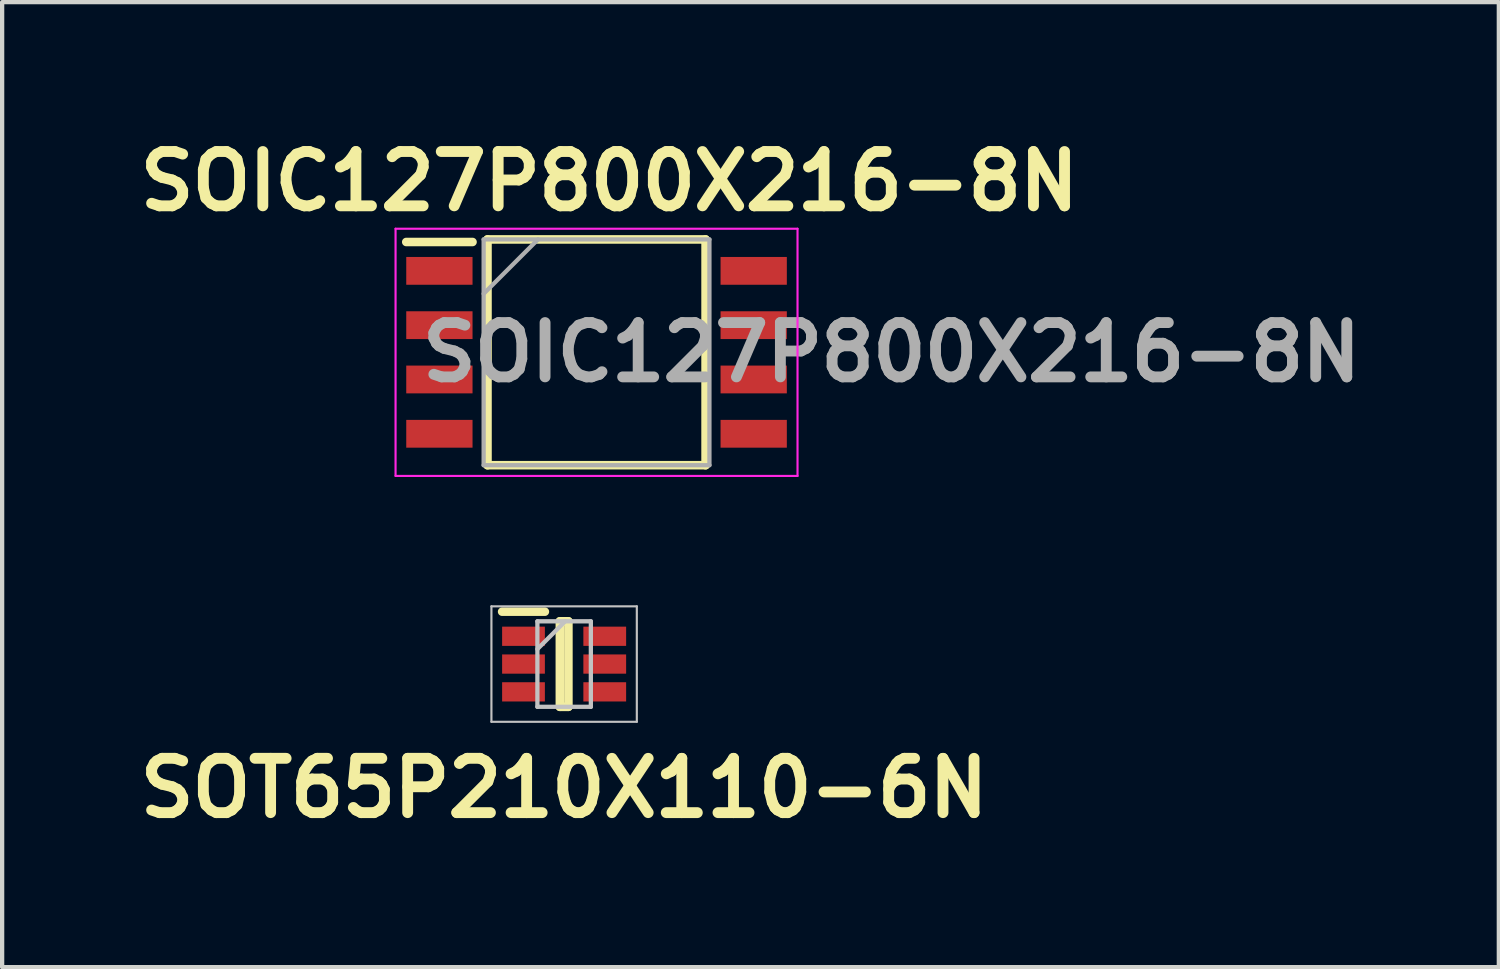
<source format=kicad_pcb>
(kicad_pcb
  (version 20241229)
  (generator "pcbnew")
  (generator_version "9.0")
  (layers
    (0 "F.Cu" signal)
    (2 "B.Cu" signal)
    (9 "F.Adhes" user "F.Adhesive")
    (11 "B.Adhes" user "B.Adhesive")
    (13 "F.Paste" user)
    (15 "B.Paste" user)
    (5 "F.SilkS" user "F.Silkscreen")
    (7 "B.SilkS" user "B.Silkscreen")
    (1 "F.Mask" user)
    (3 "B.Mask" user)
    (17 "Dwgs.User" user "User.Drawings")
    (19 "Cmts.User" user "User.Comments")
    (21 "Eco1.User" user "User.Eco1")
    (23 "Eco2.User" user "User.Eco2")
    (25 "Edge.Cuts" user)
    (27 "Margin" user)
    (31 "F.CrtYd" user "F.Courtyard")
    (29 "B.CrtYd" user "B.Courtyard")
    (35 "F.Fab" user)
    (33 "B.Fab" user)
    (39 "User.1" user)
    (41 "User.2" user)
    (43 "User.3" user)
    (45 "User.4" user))
  (footprint "SOIC127P800X216-8N"
    (layer "F.Cu")
    (at 10.9 5.189)
    (property "Reference" "SOIC127P800X216-8N" (at 0.3 -4 0) (layer "F.SilkS") (effects (font (size 1.27 1.27) (thickness 0.254))))
    (attr smd)
    (fp_line (start -4.45 -2.58) (end -2.9 -2.58) (stroke (width 0.2) (type solid)) (layer "F.SilkS"))
    (fp_line (start -2.55 -2.64) (end 2.55 -2.64) (stroke (width 0.2) (type solid)) (layer "F.SilkS"))
    (fp_line (start -2.55 2.64) (end -2.55 -2.64) (stroke (width 0.2) (type solid)) (layer "F.SilkS"))
    (fp_line (start 2.55 -2.64) (end 2.55 2.64) (stroke (width 0.2) (type solid)) (layer "F.SilkS"))
    (fp_line (start 2.55 2.64) (end -2.55 2.64) (stroke (width 0.2) (type solid)) (layer "F.SilkS"))
    (fp_line (start -4.7 -2.89) (end 4.7 -2.89) (stroke (width 0.05) (type solid)) (layer "F.CrtYd"))
    (fp_line (start -4.7 2.89) (end -4.7 -2.89) (stroke (width 0.05) (type solid)) (layer "F.CrtYd"))
    (fp_line (start 4.7 -2.89) (end 4.7 2.89) (stroke (width 0.05) (type solid)) (layer "F.CrtYd"))
    (fp_line (start 4.7 2.89) (end -4.7 2.89) (stroke (width 0.05) (type solid)) (layer "F.CrtYd"))
    (fp_line (start -2.64 -2.64) (end 2.64 -2.64) (stroke (width 0.1) (type solid)) (layer "F.Fab"))
    (fp_line (start -2.64 -1.37) (end -1.37 -2.64) (stroke (width 0.1) (type solid)) (layer "F.Fab"))
    (fp_line (start -2.64 2.64) (end -2.64 -2.64) (stroke (width 0.1) (type solid)) (layer "F.Fab"))
    (fp_line (start 2.64 -2.64) (end 2.64 2.64) (stroke (width 0.1) (type solid)) (layer "F.Fab"))
    (fp_line (start 2.64 2.64) (end -2.64 2.64) (stroke (width 0.1) (type solid)) (layer "F.Fab"))
    (fp_text user "${REFERENCE}" (at 6.9 0 0) (layer "F.Fab") (effects (font (size 1.27 1.27) (thickness 0.254))))
    (pad "1" smd rect (at -3.675 -1.905 90) (size 0.65 1.55) (layers "F.Cu" "F.Mask" "F.Paste"))
    (pad "2" smd rect (at -3.675 -0.635 90) (size 0.65 1.55) (layers "F.Cu" "F.Mask" "F.Paste"))
    (pad "3" smd rect (at -3.675 0.635 90) (size 0.65 1.55) (layers "F.Cu" "F.Mask" "F.Paste"))
    (pad "4" smd rect (at -3.675 1.905 90) (size 0.65 1.55) (layers "F.Cu" "F.Mask" "F.Paste"))
    (pad "5" smd rect (at 3.675 1.905 90) (size 0.65 1.55) (layers "F.Cu" "F.Mask" "F.Paste"))
    (pad "6" smd rect (at 3.675 0.635 90) (size 0.65 1.55) (layers "F.Cu" "F.Mask" "F.Paste"))
    (pad "7" smd rect (at 3.675 -0.635 90) (size 0.65 1.55) (layers "F.Cu" "F.Mask" "F.Paste"))
    (pad "8" smd rect (at 3.675 -1.905 90) (size 0.65 1.55) (layers "F.Cu" "F.Mask" "F.Paste")))
  (footprint "SOT65P210X110-6N"
    (layer "F.Cu")
    (at 10.142 12.479)
    (property "Reference" "SOT65P210X110-6N" (at 0 2.9 0) (layer "F.SilkS") (effects (font (size 1.27 1.27) (thickness 0.254))))
    (attr smd)
    (fp_line (start -1.45 -1.225) (end -0.45 -1.225) (stroke (width 0.2) (type solid)) (layer "F.SilkS"))
    (fp_line (start -0.1 -1) (end 0.1 -1) (stroke (width 0.2) (type solid)) (layer "F.SilkS"))
    (fp_line (start -0.1 1) (end -0.1 -1) (stroke (width 0.2) (type solid)) (layer "F.SilkS"))
    (fp_line (start 0.1 -1) (end 0.1 1) (stroke (width 0.2) (type solid)) (layer "F.SilkS"))
    (fp_line (start 0.1 1) (end -0.1 1) (stroke (width 0.2) (type solid)) (layer "F.SilkS"))
    (fp_line (start -1.7 -1.35) (end 1.7 -1.35) (stroke (width 0.05) (type solid)) (layer "Dwgs.User"))
    (fp_line (start -1.7 1.35) (end -1.7 -1.35) (stroke (width 0.05) (type solid)) (layer "Dwgs.User"))
    (fp_line (start -0.625 -1) (end 0.625 -1) (stroke (width 0.1) (type solid)) (layer "Dwgs.User"))
    (fp_line (start -0.625 -0.35) (end 0.025 -1) (stroke (width 0.1) (type solid)) (layer "Dwgs.User"))
    (fp_line (start -0.625 1) (end -0.625 -1) (stroke (width 0.1) (type solid)) (layer "Dwgs.User"))
    (fp_line (start 0.625 -1) (end 0.625 1) (stroke (width 0.1) (type solid)) (layer "Dwgs.User"))
    (fp_line (start 0.625 1) (end -0.625 1) (stroke (width 0.1) (type solid)) (layer "Dwgs.User"))
    (fp_line (start 1.7 -1.35) (end 1.7 1.35) (stroke (width 0.05) (type solid)) (layer "Dwgs.User"))
    (fp_line (start 1.7 1.35) (end -1.7 1.35) (stroke (width 0.05) (type solid)) (layer "Dwgs.User"))
    (pad "1" smd rect (at -0.95 -0.65 90) (size 0.45 1) (layers "F.Cu" "F.Mask" "F.Paste"))
    (pad "2" smd rect (at -0.95 0 90) (size 0.45 1) (layers "F.Cu" "F.Mask" "F.Paste"))
    (pad "3" smd rect (at -0.95 0.65 90) (size 0.45 1) (layers "F.Cu" "F.Mask" "F.Paste"))
    (pad "4" smd rect (at 0.95 0.65 90) (size 0.45 1) (layers "F.Cu" "F.Mask" "F.Paste"))
    (pad "5" smd rect (at 0.95 0 90) (size 0.45 1) (layers "F.Cu" "F.Mask" "F.Paste"))
    (pad "6" smd rect (at 0.95 -0.65 90) (size 0.45 1) (layers "F.Cu" "F.Mask" "F.Paste")))
  (gr_rect
    (start -3 -3)
    (end 32 19.567)
    (stroke (width 0.1) (type default))
    (fill no)
    (layer "Edge.Cuts")))
</source>
